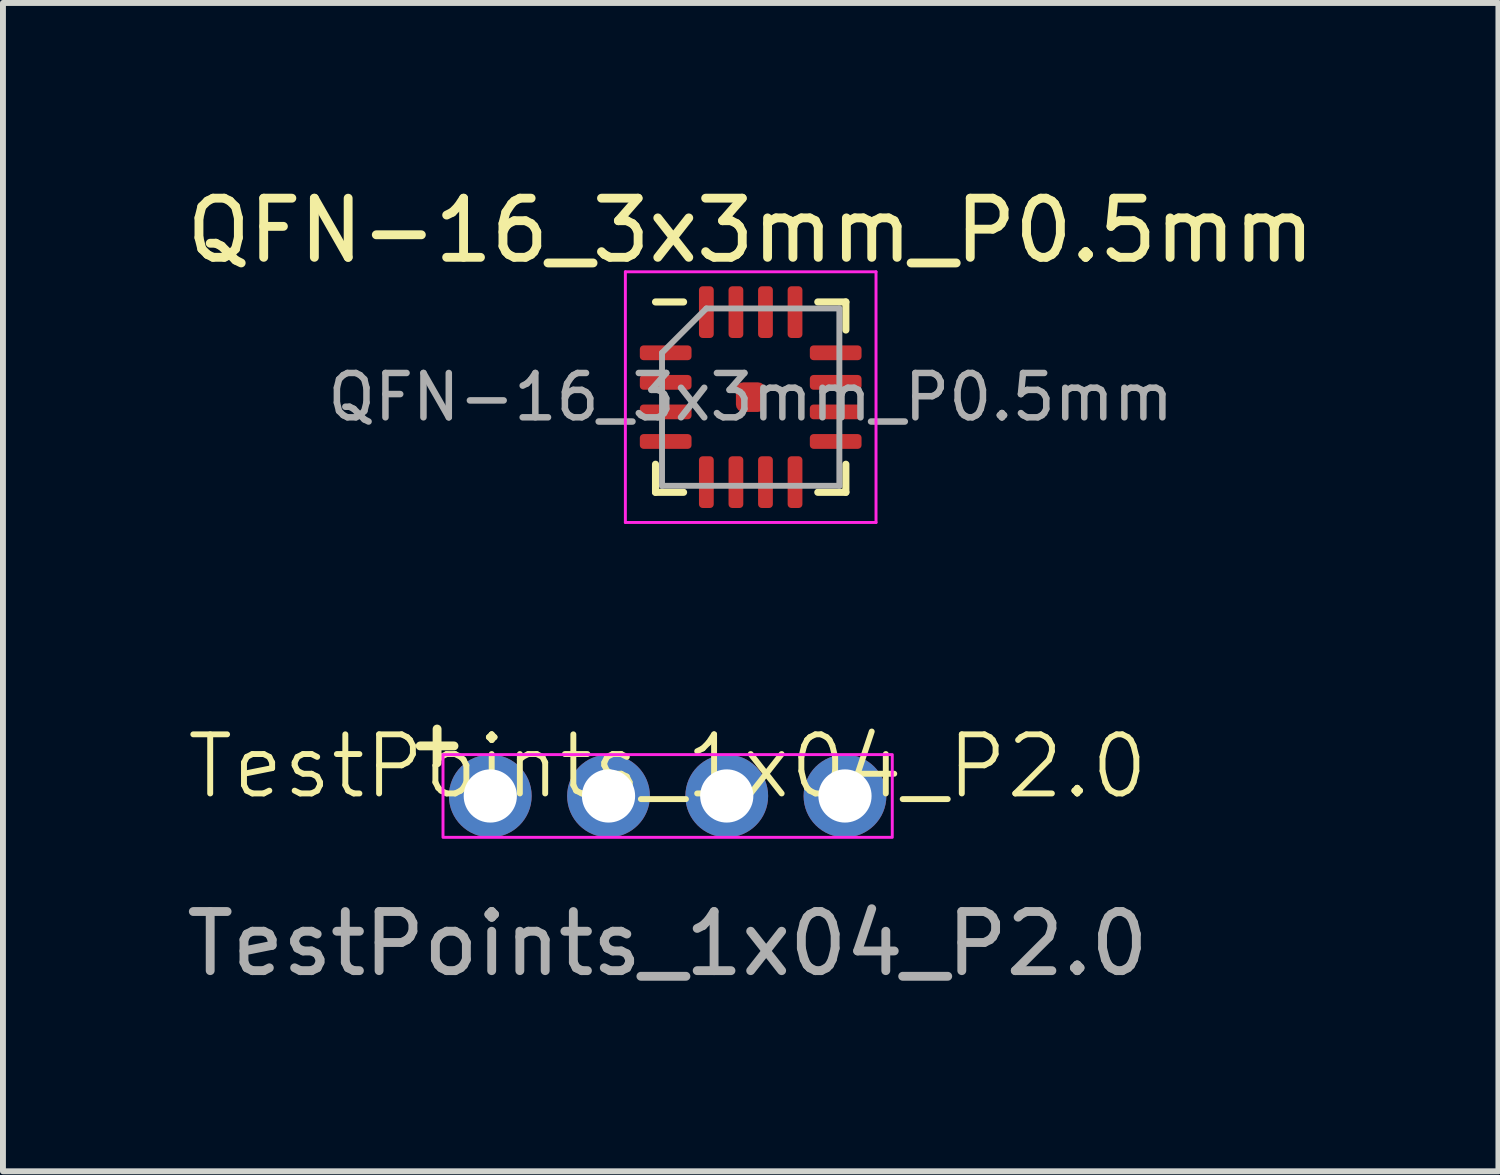
<source format=kicad_pcb>
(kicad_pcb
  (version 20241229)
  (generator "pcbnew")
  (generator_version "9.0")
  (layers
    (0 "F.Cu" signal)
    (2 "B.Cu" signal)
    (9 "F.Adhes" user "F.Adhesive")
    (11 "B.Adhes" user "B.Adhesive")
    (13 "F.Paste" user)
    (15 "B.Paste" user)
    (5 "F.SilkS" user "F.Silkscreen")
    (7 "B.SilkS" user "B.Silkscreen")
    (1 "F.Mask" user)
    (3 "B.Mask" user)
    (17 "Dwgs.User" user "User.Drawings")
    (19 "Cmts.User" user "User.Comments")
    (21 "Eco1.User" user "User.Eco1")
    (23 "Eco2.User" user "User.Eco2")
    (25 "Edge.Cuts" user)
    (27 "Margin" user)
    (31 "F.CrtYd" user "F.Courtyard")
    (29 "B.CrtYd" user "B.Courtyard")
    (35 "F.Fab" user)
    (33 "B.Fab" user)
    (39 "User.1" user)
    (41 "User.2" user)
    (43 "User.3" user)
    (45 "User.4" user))
  (footprint "TestPoints_1x04_P2.0"
    (layer "F.Cu")
    (at 8.244 10.415)
    (property "Reference" "TestPoints_1x04_P2.0" (at 0 -0.5 0) (unlocked yes) (layer "F.SilkS") (effects (font (size 1 1) (thickness 0.1))))
    (attr smd)
    (fp_rect (start -3.8 -0.7) (end 3.8 0.7) (stroke (width 0.05) (type default)) (fill no) (layer "F.CrtYd"))
    (fp_text user "+" (at -3.9 -0.9 0) (unlocked yes) (layer "F.SilkS") (effects (font (size 0.75 0.75) (thickness 0.15))))
    (fp_text user "${REFERENCE}" (at 0 2.5 0) (unlocked yes) (layer "F.Fab") (effects (font (size 1 1) (thickness 0.15))))
    (pad "1" thru_hole circle (at -3 0) (size 1.4 1.4) (drill 0.9) (layers "*.Cu" "*.Mask"))
    (pad "2" thru_hole circle (at -1 0) (size 1.4 1.4) (drill 0.9) (layers "*.Cu" "*.Mask"))
    (pad "3" thru_hole circle (at 1 0) (size 1.4 1.4) (drill 0.9) (layers "*.Cu" "*.Mask"))
    (pad "4" thru_hole circle (at 3 0) (size 1.4 1.4) (drill 0.9) (layers "*.Cu" "*.Mask")))
  (footprint "QFN-16_3x3mm_P0.5mm"
    (layer "F.Cu")
    (at 9.649 3.668)
    (property "Reference" "QFN-16_3x3mm_P0.5mm" (at 0 -2.82 0) (layer "F.SilkS") (effects (font (size 1 1) (thickness 0.15))))
    (attr smd)
    (fp_line (start -1.61 1.61) (end -1.61 1.135) (stroke (width 0.12) (type solid)) (layer "F.SilkS"))
    (fp_line (start -1.135 -1.61) (end -1.61 -1.61) (stroke (width 0.12) (type solid)) (layer "F.SilkS"))
    (fp_line (start -1.135 1.61) (end -1.61 1.61) (stroke (width 0.12) (type solid)) (layer "F.SilkS"))
    (fp_line (start 1.135 -1.61) (end 1.61 -1.61) (stroke (width 0.12) (type solid)) (layer "F.SilkS"))
    (fp_line (start 1.135 1.61) (end 1.61 1.61) (stroke (width 0.12) (type solid)) (layer "F.SilkS"))
    (fp_line (start 1.61 -1.61) (end 1.61 -1.135) (stroke (width 0.12) (type solid)) (layer "F.SilkS"))
    (fp_line (start 1.61 1.61) (end 1.61 1.135) (stroke (width 0.12) (type solid)) (layer "F.SilkS"))
    (fp_line (start -2.12 -2.12) (end -2.12 2.12) (stroke (width 0.05) (type solid)) (layer "F.CrtYd"))
    (fp_line (start -2.12 2.12) (end 2.12 2.12) (stroke (width 0.05) (type solid)) (layer "F.CrtYd"))
    (fp_line (start 2.12 -2.12) (end -2.12 -2.12) (stroke (width 0.05) (type solid)) (layer "F.CrtYd"))
    (fp_line (start 2.12 2.12) (end 2.12 -2.12) (stroke (width 0.05) (type solid)) (layer "F.CrtYd"))
    (fp_line (start -1.5 -0.75) (end -0.75 -1.5) (stroke (width 0.1) (type solid)) (layer "F.Fab"))
    (fp_line (start -1.5 1.5) (end -1.5 -0.75) (stroke (width 0.1) (type solid)) (layer "F.Fab"))
    (fp_line (start -0.75 -1.5) (end 1.5 -1.5) (stroke (width 0.1) (type solid)) (layer "F.Fab"))
    (fp_line (start 1.5 -1.5) (end 1.5 1.5) (stroke (width 0.1) (type solid)) (layer "F.Fab"))
    (fp_line (start 1.5 1.5) (end -1.5 1.5) (stroke (width 0.1) (type solid)) (layer "F.Fab"))
    (fp_text user "${REFERENCE}" (at 0 0 0) (layer "F.Fab") (effects (font (size 0.75 0.75) (thickness 0.11))))
    (pad "1" smd roundrect (at -1.438 -0.75) (size 0.875 0.25) (layers "F.Cu" "F.Mask" "F.Paste") (roundrect_rratio 0.25))
    (pad "2" smd roundrect (at -1.438 -0.25) (size 0.875 0.25) (layers "F.Cu" "F.Mask" "F.Paste") (roundrect_rratio 0.25))
    (pad "3" smd roundrect (at -1.438 0.25) (size 0.875 0.25) (layers "F.Cu" "F.Mask" "F.Paste") (roundrect_rratio 0.25))
    (pad "4" smd roundrect (at -1.438 0.75) (size 0.875 0.25) (layers "F.Cu" "F.Mask" "F.Paste") (roundrect_rratio 0.25))
    (pad "5" smd roundrect (at -0.75 1.438) (size 0.25 0.875) (layers "F.Cu" "F.Mask" "F.Paste") (roundrect_rratio 0.25))
    (pad "6" smd roundrect (at -0.25 1.438) (size 0.25 0.875) (layers "F.Cu" "F.Mask" "F.Paste") (roundrect_rratio 0.25))
    (pad "7" smd roundrect (at 0.25 1.438) (size 0.25 0.875) (layers "F.Cu" "F.Mask" "F.Paste") (roundrect_rratio 0.25))
    (pad "8" smd roundrect (at 0.75 1.438) (size 0.25 0.875) (layers "F.Cu" "F.Mask" "F.Paste") (roundrect_rratio 0.25))
    (pad "9" smd roundrect (at 1.438 0.75) (size 0.875 0.25) (layers "F.Cu" "F.Mask" "F.Paste") (roundrect_rratio 0.25))
    (pad "10" smd roundrect (at 1.438 0.25) (size 0.875 0.25) (layers "F.Cu" "F.Mask" "F.Paste") (roundrect_rratio 0.25))
    (pad "11" smd roundrect (at 1.438 -0.25) (size 0.875 0.25) (layers "F.Cu" "F.Mask" "F.Paste") (roundrect_rratio 0.25))
    (pad "12" smd roundrect (at 1.438 -0.75) (size 0.875 0.25) (layers "F.Cu" "F.Mask" "F.Paste") (roundrect_rratio 0.25))
    (pad "13" smd roundrect (at 0.75 -1.438) (size 0.25 0.875) (layers "F.Cu" "F.Mask" "F.Paste") (roundrect_rratio 0.25))
    (pad "14" smd roundrect (at 0.25 -1.438) (size 0.25 0.875) (layers "F.Cu" "F.Mask" "F.Paste") (roundrect_rratio 0.25))
    (pad "15" smd roundrect (at -0.25 -1.438) (size 0.25 0.875) (layers "F.Cu" "F.Mask" "F.Paste") (roundrect_rratio 0.25))
    (pad "16" smd roundrect (at -0.75 -1.438) (size 0.25 0.875) (layers "F.Cu" "F.Mask" "F.Paste") (roundrect_rratio 0.25))
    (pad "17" smd roundrect (at 0 0) (size 0.5 0.5) (layers "F.Cu" "F.Mask" "F.Paste") (roundrect_rratio 0.25)))
  (gr_rect
    (start -3 -3)
    (end 22.298 16.764)
    (stroke (width 0.1) (type default))
    (fill no)
    (layer "Edge.Cuts")))
</source>
